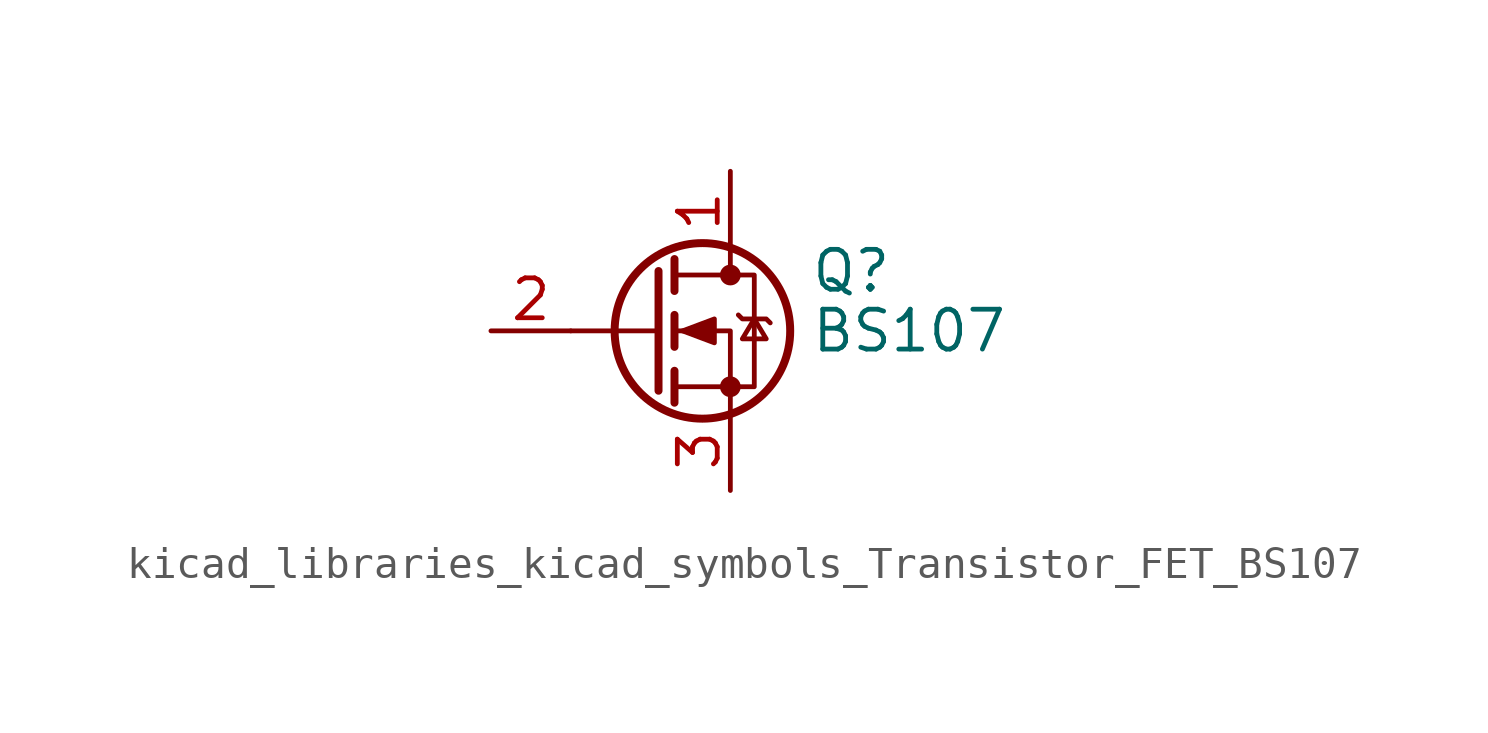
<source format=kicad_sym>
(kicad_symbol_lib
  (version 20220914)
  (generator kicad_symbol_editor)
  (symbol "kicad_libraries_kicad_symbols_Transistor_FET_BS107"
    (pin_names hide)
    (property "Reference" "Q"
      (at 5.08 1.905 0)
      (effects (font (size 1.27 1.27)) (justify left)))
    (property "Value" "BS107"
      (at 5.08 0 0)
      (effects (font (size 1.27 1.27)) (justify left)))
    (symbol "kicad_libraries_kicad_symbols_Transistor_FET_BS107_0_1"
      (polyline (pts (xy 0.254 0) (xy -2.54 0)) (stroke (width 0) (type default)) (fill (type none)))
      (polyline (pts (xy 0.254 1.905) (xy 0.254 -1.905)) (stroke (width 0.254) (type default)) (fill (type none)))
      (polyline (pts (xy 0.762 -1.27) (xy 0.762 -2.286)) (stroke (width 0.254) (type default)) (fill (type none)))
      (polyline (pts (xy 0.762 0.508) (xy 0.762 -0.508)) (stroke (width 0.254) (type default)) (fill (type none)))
      (polyline (pts (xy 0.762 2.286) (xy 0.762 1.27)) (stroke (width 0.254) (type default)) (fill (type none)))
      (polyline (pts (xy 2.54 2.54) (xy 2.54 1.778)) (stroke (width 0) (type default)) (fill (type none)))
      (polyline (pts (xy 2.54 -2.54) (xy 2.54 0) (xy 0.762 0)) (stroke (width 0) (type default)) (fill (type none)))
      (polyline (pts (xy 0.762 -1.778) (xy 3.302 -1.778) (xy 3.302 1.778) (xy 0.762 1.778)) (stroke (width 0) (type default)) (fill (type none)))
      (polyline (pts (xy 1.016 0) (xy 2.032 0.381) (xy 2.032 -0.381) (xy 1.016 0)) (stroke (width 0) (type default)) (fill (type outline)))
      (polyline (pts (xy 2.794 0.508) (xy 2.921 0.381) (xy 3.683 0.381) (xy 3.81 0.254)) (stroke (width 0) (type default)) (fill (type none)))
      (polyline (pts (xy 3.302 0.381) (xy 2.921 -0.254) (xy 3.683 -0.254) (xy 3.302 0.381)) (stroke (width 0) (type default)) (fill (type none)))
      (circle (center 1.651 0) (radius 2.794) (stroke (width 0.254) (type default)) (fill (type none)))
      (circle (center 2.54 -1.778) (radius 0.254) (stroke (width 0) (type default)) (fill (type outline)))
      (circle (center 2.54 1.778) (radius 0.254) (stroke (width 0) (type default)) (fill (type outline))))
    (symbol "kicad_libraries_kicad_symbols_Transistor_FET_BS107_1_1"
      (pin passive line (at 2.54 5.08 270) (length 2.54) (name "D" (effects (font (size 1.27 1.27)))) (number "1" (effects (font (size 1.27 1.27)))))
      (pin input line (at -5.08 0 0) (length 2.54) (name "G" (effects (font (size 1.27 1.27)))) (number "2" (effects (font (size 1.27 1.27)))))
      (pin passive line (at 2.54 -5.08 90) (length 2.54) (name "S" (effects (font (size 1.27 1.27)))) (number "3" (effects (font (size 1.27 1.27))))))))
</source>
